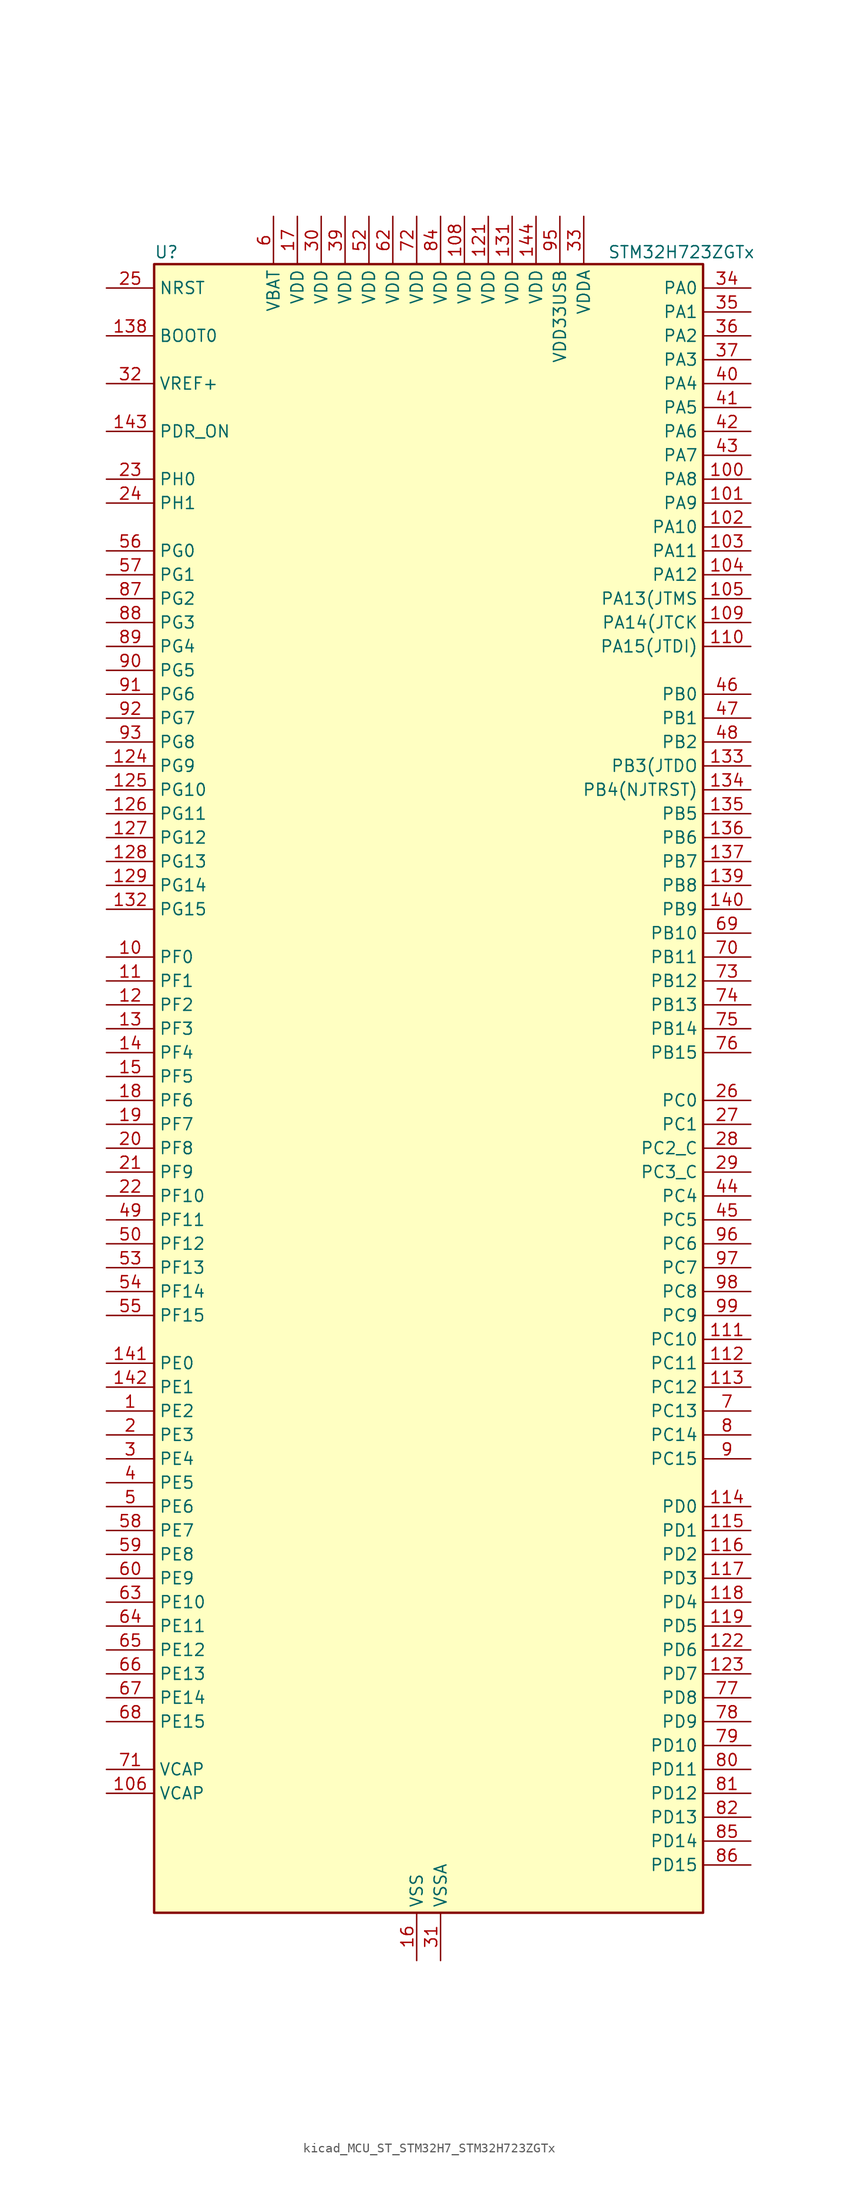
<source format=kicad_sym>
(kicad_symbol_lib
  (version 20220914)
  (generator kicad_symbol_editor)
  (symbol "kicad_MCU_ST_STM32H7_STM32H723ZGTx"
    (property "Reference" "U"
      (at -27.94 90.17 0)
      (effects (font (size 1.27 1.27)) (justify left)))
    (property "Value" "STM32H723ZGTx"
      (at 20.32 90.17 0)
      (effects (font (size 1.27 1.27)) (justify left)))
    (property "ki_locked" ""
      (at 0 0 0)
      (effects (font (size 1.27 1.27))))
    (symbol "kicad_MCU_ST_STM32H7_STM32H723ZGTx_0_1"
      (rectangle (start -27.94 -86.36) (end 30.48 88.9) (stroke (width 0.254) (type default)) (fill (type background))))
    (symbol "kicad_MCU_ST_STM32H7_STM32H723ZGTx_1_1"
      (pin bidirectional line (at -33.02 -33.02 0) (length 5.08) (name "PE2" (effects (font (size 1.27 1.27)))) (number "1" (effects (font (size 1.27 1.27)))) (alternate "DEBUG_TRACECLK" bidirectional line) (alternate "ETH_TXD3" bidirectional line) (alternate "FMC_A23" bidirectional line) (alternate "OCTOSPIM_P1_IO2" bidirectional line) (alternate "SAI1_CK1" bidirectional line) (alternate "SAI1_MCLK_A" bidirectional line) (alternate "SAI4_CK1" bidirectional line) (alternate "SAI4_MCLK_A" bidirectional line) (alternate "SPI4_SCK" bidirectional line) (alternate "USART10_RX" bidirectional line))
      (pin bidirectional line (at -33.02 15.24 0) (length 5.08) (name "PF0" (effects (font (size 1.27 1.27)))) (number "10" (effects (font (size 1.27 1.27)))) (alternate "FMC_A0" bidirectional line) (alternate "I2C2_SDA" bidirectional line) (alternate "I2C5_SDA" bidirectional line) (alternate "OCTOSPIM_P2_IO0" bidirectional line) (alternate "TIM23_CH1" bidirectional line))
      (pin bidirectional line (at 35.56 66.04 180) (length 5.08) (name "PA8" (effects (font (size 1.27 1.27)))) (number "100" (effects (font (size 1.27 1.27)))) (alternate "I2C3_SCL" bidirectional line) (alternate "I2C5_SCL" bidirectional line) (alternate "LTDC_B3" bidirectional line) (alternate "LTDC_R6" bidirectional line) (alternate "RCC_MCO_1" bidirectional line) (alternate "TIM1_CH1" bidirectional line) (alternate "TIM8_BKIN2" bidirectional line) (alternate "TIM8_BKIN2_COMP1" bidirectional line) (alternate "TIM8_BKIN2_COMP2" bidirectional line) (alternate "UART7_RX" bidirectional line) (alternate "USART1_CK" bidirectional line) (alternate "USB_OTG_HS_SOF" bidirectional line))
      (pin bidirectional line (at 35.56 63.5 180) (length 5.08) (name "PA9" (effects (font (size 1.27 1.27)))) (number "101" (effects (font (size 1.27 1.27)))) (alternate "DAC1_EXTI9" bidirectional line) (alternate "DCMI_D0" bidirectional line) (alternate "ETH_TX_ER" bidirectional line) (alternate "I2C3_SMBA" bidirectional line) (alternate "I2C5_SMBA" bidirectional line) (alternate "I2S2_CK" bidirectional line) (alternate "LPUART1_TX" bidirectional line) (alternate "LTDC_R5" bidirectional line) (alternate "PSSI_D0" bidirectional line) (alternate "SPI2_SCK" bidirectional line) (alternate "TIM1_CH2" bidirectional line) (alternate "USART1_TX" bidirectional line) (alternate "USB_OTG_HS_VBUS" bidirectional line))
      (pin bidirectional line (at 35.56 60.96 180) (length 5.08) (name "PA10" (effects (font (size 1.27 1.27)))) (number "102" (effects (font (size 1.27 1.27)))) (alternate "DCMI_D1" bidirectional line) (alternate "LPUART1_RX" bidirectional line) (alternate "LTDC_B1" bidirectional line) (alternate "LTDC_B4" bidirectional line) (alternate "MDIOS_MDIO" bidirectional line) (alternate "PSSI_D1" bidirectional line) (alternate "TIM1_CH3" bidirectional line) (alternate "USART1_RX" bidirectional line) (alternate "USB_OTG_HS_ID" bidirectional line))
      (pin bidirectional line (at 35.56 58.42 180) (length 5.08) (name "PA11" (effects (font (size 1.27 1.27)))) (number "103" (effects (font (size 1.27 1.27)))) (alternate "ADC1_EXTI11" bidirectional line) (alternate "ADC2_EXTI11" bidirectional line) (alternate "ADC3_EXTI11" bidirectional line) (alternate "FDCAN1_RX" bidirectional line) (alternate "I2S2_WS" bidirectional line) (alternate "LPUART1_CTS" bidirectional line) (alternate "LTDC_R4" bidirectional line) (alternate "SPI2_NSS" bidirectional line) (alternate "TIM1_CH4" bidirectional line) (alternate "UART4_RX" bidirectional line) (alternate "USART1_CTS" bidirectional line) (alternate "USART1_NSS" bidirectional line) (alternate "USB_OTG_HS_DM" bidirectional line))
      (pin bidirectional line (at 35.56 55.88 180) (length 5.08) (name "PA12" (effects (font (size 1.27 1.27)))) (number "104" (effects (font (size 1.27 1.27)))) (alternate "FDCAN1_TX" bidirectional line) (alternate "I2S2_CK" bidirectional line) (alternate "LPUART1_DE" bidirectional line) (alternate "LPUART1_RTS" bidirectional line) (alternate "LTDC_R5" bidirectional line) (alternate "SAI4_FS_B" bidirectional line) (alternate "SPI2_SCK" bidirectional line) (alternate "TIM1_BKIN2" bidirectional line) (alternate "TIM1_ETR" bidirectional line) (alternate "UART4_TX" bidirectional line) (alternate "USART1_DE" bidirectional line) (alternate "USART1_RTS" bidirectional line) (alternate "USB_OTG_HS_DP" bidirectional line))
      (pin bidirectional line (at 35.56 53.34 180) (length 5.08) (name "PA13(JTMS" (effects (font (size 1.27 1.27)))) (number "105" (effects (font (size 1.27 1.27)))) (alternate "DEBUG_JTMS-SWDIO" bidirectional line))
      (pin power_out line (at -33.02 -73.66 0) (length 5.08) (name "VCAP" (effects (font (size 1.27 1.27)))) (number "106" (effects (font (size 1.27 1.27)))))
      (pin passive line (at 0 -91.44 90) (length 5.08) hide (name "VSS" (effects (font (size 1.27 1.27)))) (number "107" (effects (font (size 1.27 1.27)))))
      (pin power_in line (at 5.08 93.98 270) (length 5.08) (name "VDD" (effects (font (size 1.27 1.27)))) (number "108" (effects (font (size 1.27 1.27)))))
      (pin bidirectional line (at 35.56 50.8 180) (length 5.08) (name "PA14(JTCK" (effects (font (size 1.27 1.27)))) (number "109" (effects (font (size 1.27 1.27)))) (alternate "DEBUG_JTCK-SWCLK" bidirectional line))
      (pin bidirectional line (at -33.02 12.7 0) (length 5.08) (name "PF1" (effects (font (size 1.27 1.27)))) (number "11" (effects (font (size 1.27 1.27)))) (alternate "FMC_A1" bidirectional line) (alternate "I2C2_SCL" bidirectional line) (alternate "I2C5_SCL" bidirectional line) (alternate "OCTOSPIM_P2_IO1" bidirectional line) (alternate "TIM23_CH2" bidirectional line))
      (pin bidirectional line (at 35.56 48.26 180) (length 5.08) (name "PA15(JTDI)" (effects (font (size 1.27 1.27)))) (number "110" (effects (font (size 1.27 1.27)))) (alternate "ADC1_EXTI15" bidirectional line) (alternate "ADC2_EXTI15" bidirectional line) (alternate "ADC3_EXTI15" bidirectional line) (alternate "CEC" bidirectional line) (alternate "DEBUG_JTDI" bidirectional line) (alternate "I2S1_WS" bidirectional line) (alternate "I2S3_WS" bidirectional line) (alternate "I2S6_WS" bidirectional line) (alternate "LTDC_B6" bidirectional line) (alternate "LTDC_R3" bidirectional line) (alternate "SPI1_NSS" bidirectional line) (alternate "SPI3_NSS" bidirectional line) (alternate "SPI6_NSS" bidirectional line) (alternate "TIM2_CH1" bidirectional line) (alternate "TIM2_ETR" bidirectional line) (alternate "UART4_DE" bidirectional line) (alternate "UART4_RTS" bidirectional line) (alternate "UART7_TX" bidirectional line))
      (pin bidirectional line (at 35.56 -25.4 180) (length 5.08) (name "PC10" (effects (font (size 1.27 1.27)))) (number "111" (effects (font (size 1.27 1.27)))) (alternate "DCMI_D8" bidirectional line) (alternate "DFSDM1_CKIN5" bidirectional line) (alternate "I2C5_SDA" bidirectional line) (alternate "I2S3_CK" bidirectional line) (alternate "LTDC_B1" bidirectional line) (alternate "LTDC_R2" bidirectional line) (alternate "OCTOSPIM_P1_IO1" bidirectional line) (alternate "PSSI_D8" bidirectional line) (alternate "SDMMC1_D2" bidirectional line) (alternate "SPI3_SCK" bidirectional line) (alternate "SWPMI1_RX" bidirectional line) (alternate "UART4_TX" bidirectional line) (alternate "USART3_TX" bidirectional line))
      (pin bidirectional line (at 35.56 -27.94 180) (length 5.08) (name "PC11" (effects (font (size 1.27 1.27)))) (number "112" (effects (font (size 1.27 1.27)))) (alternate "ADC1_EXTI11" bidirectional line) (alternate "ADC2_EXTI11" bidirectional line) (alternate "ADC3_EXTI11" bidirectional line) (alternate "DCMI_D4" bidirectional line) (alternate "DFSDM1_DATIN5" bidirectional line) (alternate "I2C5_SCL" bidirectional line) (alternate "I2S3_SDI" bidirectional line) (alternate "LTDC_B4" bidirectional line) (alternate "OCTOSPIM_P1_NCS" bidirectional line) (alternate "PSSI_D4" bidirectional line) (alternate "SDMMC1_D3" bidirectional line) (alternate "SPI3_MISO" bidirectional line) (alternate "UART4_RX" bidirectional line) (alternate "USART3_RX" bidirectional line))
      (pin bidirectional line (at 35.56 -30.48 180) (length 5.08) (name "PC12" (effects (font (size 1.27 1.27)))) (number "113" (effects (font (size 1.27 1.27)))) (alternate "DCMI_D9" bidirectional line) (alternate "DEBUG_TRACED3" bidirectional line) (alternate "FMC_D6" bidirectional line) (alternate "FMC_DA6" bidirectional line) (alternate "I2C5_SMBA" bidirectional line) (alternate "I2S3_SDO" bidirectional line) (alternate "I2S6_CK" bidirectional line) (alternate "LTDC_R6" bidirectional line) (alternate "PSSI_D9" bidirectional line) (alternate "SDMMC1_CK" bidirectional line) (alternate "SPI3_MOSI" bidirectional line) (alternate "SPI6_SCK" bidirectional line) (alternate "TIM15_CH1" bidirectional line) (alternate "UART5_TX" bidirectional line) (alternate "USART3_CK" bidirectional line))
      (pin bidirectional line (at 35.56 -43.18 180) (length 5.08) (name "PD0" (effects (font (size 1.27 1.27)))) (number "114" (effects (font (size 1.27 1.27)))) (alternate "DFSDM1_CKIN6" bidirectional line) (alternate "FDCAN1_RX" bidirectional line) (alternate "FMC_D2" bidirectional line) (alternate "FMC_DA2" bidirectional line) (alternate "LTDC_B1" bidirectional line) (alternate "UART4_RX" bidirectional line) (alternate "UART9_CTS" bidirectional line))
      (pin bidirectional line (at 35.56 -45.72 180) (length 5.08) (name "PD1" (effects (font (size 1.27 1.27)))) (number "115" (effects (font (size 1.27 1.27)))) (alternate "DFSDM1_DATIN6" bidirectional line) (alternate "FDCAN1_TX" bidirectional line) (alternate "FMC_D3" bidirectional line) (alternate "FMC_DA3" bidirectional line) (alternate "UART4_TX" bidirectional line))
      (pin bidirectional line (at 35.56 -48.26 180) (length 5.08) (name "PD2" (effects (font (size 1.27 1.27)))) (number "116" (effects (font (size 1.27 1.27)))) (alternate "DCMI_D11" bidirectional line) (alternate "DEBUG_TRACED2" bidirectional line) (alternate "FMC_D7" bidirectional line) (alternate "FMC_DA7" bidirectional line) (alternate "LTDC_B2" bidirectional line) (alternate "LTDC_B7" bidirectional line) (alternate "PSSI_D11" bidirectional line) (alternate "SDMMC1_CMD" bidirectional line) (alternate "TIM15_BKIN" bidirectional line) (alternate "TIM3_ETR" bidirectional line) (alternate "UART5_RX" bidirectional line))
      (pin bidirectional line (at 35.56 -50.8 180) (length 5.08) (name "PD3" (effects (font (size 1.27 1.27)))) (number "117" (effects (font (size 1.27 1.27)))) (alternate "DCMI_D5" bidirectional line) (alternate "DFSDM1_CKOUT" bidirectional line) (alternate "FMC_CLK" bidirectional line) (alternate "I2S2_CK" bidirectional line) (alternate "LTDC_G7" bidirectional line) (alternate "PSSI_D5" bidirectional line) (alternate "SPI2_SCK" bidirectional line) (alternate "USART2_CTS" bidirectional line) (alternate "USART2_NSS" bidirectional line))
      (pin bidirectional line (at 35.56 -53.34 180) (length 5.08) (name "PD4" (effects (font (size 1.27 1.27)))) (number "118" (effects (font (size 1.27 1.27)))) (alternate "FMC_NOE" bidirectional line) (alternate "OCTOSPIM_P1_IO4" bidirectional line) (alternate "USART2_DE" bidirectional line) (alternate "USART2_RTS" bidirectional line))
      (pin bidirectional line (at 35.56 -55.88 180) (length 5.08) (name "PD5" (effects (font (size 1.27 1.27)))) (number "119" (effects (font (size 1.27 1.27)))) (alternate "FMC_NWE" bidirectional line) (alternate "OCTOSPIM_P1_IO5" bidirectional line) (alternate "USART2_TX" bidirectional line))
      (pin bidirectional line (at -33.02 10.16 0) (length 5.08) (name "PF2" (effects (font (size 1.27 1.27)))) (number "12" (effects (font (size 1.27 1.27)))) (alternate "FMC_A2" bidirectional line) (alternate "I2C2_SMBA" bidirectional line) (alternate "I2C5_SMBA" bidirectional line) (alternate "OCTOSPIM_P2_IO2" bidirectional line) (alternate "TIM23_CH3" bidirectional line))
      (pin passive line (at 0 -91.44 90) (length 5.08) hide (name "VSS" (effects (font (size 1.27 1.27)))) (number "120" (effects (font (size 1.27 1.27)))))
      (pin power_in line (at 7.62 93.98 270) (length 5.08) (name "VDD" (effects (font (size 1.27 1.27)))) (number "121" (effects (font (size 1.27 1.27)))))
      (pin bidirectional line (at 35.56 -58.42 180) (length 5.08) (name "PD6" (effects (font (size 1.27 1.27)))) (number "122" (effects (font (size 1.27 1.27)))) (alternate "DCMI_D10" bidirectional line) (alternate "DFSDM1_CKIN4" bidirectional line) (alternate "DFSDM1_DATIN1" bidirectional line) (alternate "FMC_NWAIT" bidirectional line) (alternate "I2S3_SDO" bidirectional line) (alternate "LTDC_B2" bidirectional line) (alternate "OCTOSPIM_P1_IO6" bidirectional line) (alternate "PSSI_D10" bidirectional line) (alternate "SAI1_D1" bidirectional line) (alternate "SAI1_SD_A" bidirectional line) (alternate "SAI4_D1" bidirectional line) (alternate "SAI4_SD_A" bidirectional line) (alternate "SDMMC2_CK" bidirectional line) (alternate "SPI3_MOSI" bidirectional line) (alternate "USART2_RX" bidirectional line))
      (pin bidirectional line (at 35.56 -60.96 180) (length 5.08) (name "PD7" (effects (font (size 1.27 1.27)))) (number "123" (effects (font (size 1.27 1.27)))) (alternate "DFSDM1_CKIN1" bidirectional line) (alternate "DFSDM1_DATIN4" bidirectional line) (alternate "FMC_NE1" bidirectional line) (alternate "I2S1_SDO" bidirectional line) (alternate "OCTOSPIM_P1_IO7" bidirectional line) (alternate "SDMMC2_CMD" bidirectional line) (alternate "SPDIFRX1_IN0" bidirectional line) (alternate "SPI1_MOSI" bidirectional line) (alternate "USART2_CK" bidirectional line))
      (pin bidirectional line (at -33.02 35.56 0) (length 5.08) (name "PG9" (effects (font (size 1.27 1.27)))) (number "124" (effects (font (size 1.27 1.27)))) (alternate "DAC1_EXTI9" bidirectional line) (alternate "DCMI_VSYNC" bidirectional line) (alternate "FDCAN3_TX" bidirectional line) (alternate "FMC_NCE" bidirectional line) (alternate "FMC_NE2" bidirectional line) (alternate "I2S1_SDI" bidirectional line) (alternate "OCTOSPIM_P1_IO6" bidirectional line) (alternate "PSSI_RDY" bidirectional line) (alternate "SAI4_FS_B" bidirectional line) (alternate "SDMMC2_D0" bidirectional line) (alternate "SPDIFRX1_IN3" bidirectional line) (alternate "SPI1_MISO" bidirectional line) (alternate "USART6_RX" bidirectional line))
      (pin bidirectional line (at -33.02 33.02 0) (length 5.08) (name "PG10" (effects (font (size 1.27 1.27)))) (number "125" (effects (font (size 1.27 1.27)))) (alternate "DCMI_D2" bidirectional line) (alternate "FDCAN3_RX" bidirectional line) (alternate "FMC_NE3" bidirectional line) (alternate "I2S1_WS" bidirectional line) (alternate "LTDC_B2" bidirectional line) (alternate "LTDC_G3" bidirectional line) (alternate "OCTOSPIM_P2_IO6" bidirectional line) (alternate "PSSI_D2" bidirectional line) (alternate "SAI4_SD_B" bidirectional line) (alternate "SDMMC2_D1" bidirectional line) (alternate "SPI1_NSS" bidirectional line))
      (pin bidirectional line (at -33.02 30.48 0) (length 5.08) (name "PG11" (effects (font (size 1.27 1.27)))) (number "126" (effects (font (size 1.27 1.27)))) (alternate "ADC1_EXTI11" bidirectional line) (alternate "ADC2_EXTI11" bidirectional line) (alternate "ADC3_EXTI11" bidirectional line) (alternate "DCMI_D3" bidirectional line) (alternate "ETH_TX_EN" bidirectional line) (alternate "I2S1_CK" bidirectional line) (alternate "LPTIM1_IN2" bidirectional line) (alternate "LTDC_B3" bidirectional line) (alternate "OCTOSPIM_P2_IO7" bidirectional line) (alternate "PSSI_D3" bidirectional line) (alternate "SDMMC2_D2" bidirectional line) (alternate "SPDIFRX1_IN0" bidirectional line) (alternate "SPI1_SCK" bidirectional line) (alternate "USART10_RX" bidirectional line))
      (pin bidirectional line (at -33.02 27.94 0) (length 5.08) (name "PG12" (effects (font (size 1.27 1.27)))) (number "127" (effects (font (size 1.27 1.27)))) (alternate "ETH_TXD1" bidirectional line) (alternate "FMC_NE4" bidirectional line) (alternate "I2S6_SDI" bidirectional line) (alternate "LPTIM1_IN1" bidirectional line) (alternate "LTDC_B1" bidirectional line) (alternate "LTDC_B4" bidirectional line) (alternate "OCTOSPIM_P2_NCS" bidirectional line) (alternate "SDMMC2_D3" bidirectional line) (alternate "SPDIFRX1_IN1" bidirectional line) (alternate "SPI6_MISO" bidirectional line) (alternate "TIM23_CH1" bidirectional line) (alternate "USART10_TX" bidirectional line) (alternate "USART6_DE" bidirectional line) (alternate "USART6_RTS" bidirectional line))
      (pin bidirectional line (at -33.02 25.4 0) (length 5.08) (name "PG13" (effects (font (size 1.27 1.27)))) (number "128" (effects (font (size 1.27 1.27)))) (alternate "DEBUG_TRACED0" bidirectional line) (alternate "ETH_TXD0" bidirectional line) (alternate "FMC_A24" bidirectional line) (alternate "I2S6_CK" bidirectional line) (alternate "LPTIM1_OUT" bidirectional line) (alternate "LTDC_R0" bidirectional line) (alternate "SDMMC2_D6" bidirectional line) (alternate "SPI6_SCK" bidirectional line) (alternate "TIM23_CH2" bidirectional line) (alternate "USART10_CTS" bidirectional line) (alternate "USART10_NSS" bidirectional line) (alternate "USART6_CTS" bidirectional line) (alternate "USART6_NSS" bidirectional line))
      (pin bidirectional line (at -33.02 22.86 0) (length 5.08) (name "PG14" (effects (font (size 1.27 1.27)))) (number "129" (effects (font (size 1.27 1.27)))) (alternate "DEBUG_TRACED1" bidirectional line) (alternate "ETH_TXD1" bidirectional line) (alternate "FMC_A25" bidirectional line) (alternate "I2S6_SDO" bidirectional line) (alternate "LPTIM1_ETR" bidirectional line) (alternate "LTDC_B0" bidirectional line) (alternate "OCTOSPIM_P1_IO7" bidirectional line) (alternate "SDMMC2_D7" bidirectional line) (alternate "SPI6_MOSI" bidirectional line) (alternate "TIM23_CH3" bidirectional line) (alternate "USART10_DE" bidirectional line) (alternate "USART10_RTS" bidirectional line) (alternate "USART6_TX" bidirectional line))
      (pin bidirectional line (at -33.02 7.62 0) (length 5.08) (name "PF3" (effects (font (size 1.27 1.27)))) (number "13" (effects (font (size 1.27 1.27)))) (alternate "ADC3_INP5" bidirectional line) (alternate "FMC_A3" bidirectional line) (alternate "OCTOSPIM_P2_IO3" bidirectional line) (alternate "TIM23_CH4" bidirectional line))
      (pin passive line (at 0 -91.44 90) (length 5.08) hide (name "VSS" (effects (font (size 1.27 1.27)))) (number "130" (effects (font (size 1.27 1.27)))))
      (pin power_in line (at 10.16 93.98 270) (length 5.08) (name "VDD" (effects (font (size 1.27 1.27)))) (number "131" (effects (font (size 1.27 1.27)))))
      (pin bidirectional line (at -33.02 20.32 0) (length 5.08) (name "PG15" (effects (font (size 1.27 1.27)))) (number "132" (effects (font (size 1.27 1.27)))) (alternate "ADC1_EXTI15" bidirectional line) (alternate "ADC2_EXTI15" bidirectional line) (alternate "ADC3_EXTI15" bidirectional line) (alternate "DCMI_D13" bidirectional line) (alternate "FMC_SDNCAS" bidirectional line) (alternate "OCTOSPIM_P2_DQS" bidirectional line) (alternate "PSSI_D13" bidirectional line) (alternate "USART10_CK" bidirectional line) (alternate "USART6_CTS" bidirectional line) (alternate "USART6_NSS" bidirectional line))
      (pin bidirectional line (at 35.56 35.56 180) (length 5.08) (name "PB3(JTDO" (effects (font (size 1.27 1.27)))) (number "133" (effects (font (size 1.27 1.27)))) (alternate "CRS_SYNC" bidirectional line) (alternate "DEBUG_JTDO-SWO" bidirectional line) (alternate "I2S1_CK" bidirectional line) (alternate "I2S3_CK" bidirectional line) (alternate "I2S6_CK" bidirectional line) (alternate "SDMMC2_D2" bidirectional line) (alternate "SPI1_SCK" bidirectional line) (alternate "SPI3_SCK" bidirectional line) (alternate "SPI6_SCK" bidirectional line) (alternate "TIM24_ETR" bidirectional line) (alternate "TIM2_CH2" bidirectional line) (alternate "UART7_RX" bidirectional line))
      (pin bidirectional line (at 35.56 33.02 180) (length 5.08) (name "PB4(NJTRST)" (effects (font (size 1.27 1.27)))) (number "134" (effects (font (size 1.27 1.27)))) (alternate "DEBUG_JTRST" bidirectional line) (alternate "I2S1_SDI" bidirectional line) (alternate "I2S2_WS" bidirectional line) (alternate "I2S3_SDI" bidirectional line) (alternate "I2S6_SDI" bidirectional line) (alternate "SDMMC2_D3" bidirectional line) (alternate "SPI1_MISO" bidirectional line) (alternate "SPI2_NSS" bidirectional line) (alternate "SPI3_MISO" bidirectional line) (alternate "SPI6_MISO" bidirectional line) (alternate "TIM16_BKIN" bidirectional line) (alternate "TIM3_CH1" bidirectional line) (alternate "UART7_TX" bidirectional line))
      (pin bidirectional line (at 35.56 30.48 180) (length 5.08) (name "PB5" (effects (font (size 1.27 1.27)))) (number "135" (effects (font (size 1.27 1.27)))) (alternate "DCMI_D10" bidirectional line) (alternate "ETH_PPS_OUT" bidirectional line) (alternate "FDCAN2_RX" bidirectional line) (alternate "FMC_SDCKE1" bidirectional line) (alternate "I2C1_SMBA" bidirectional line) (alternate "I2C4_SMBA" bidirectional line) (alternate "I2S1_SDO" bidirectional line) (alternate "I2S3_SDO" bidirectional line) (alternate "I2S6_SDO" bidirectional line) (alternate "LTDC_B5" bidirectional line) (alternate "PSSI_D10" bidirectional line) (alternate "SPI1_MOSI" bidirectional line) (alternate "SPI3_MOSI" bidirectional line) (alternate "SPI6_MOSI" bidirectional line) (alternate "TIM17_BKIN" bidirectional line) (alternate "TIM3_CH2" bidirectional line) (alternate "UART5_RX" bidirectional line) (alternate "USB_OTG_HS_ULPI_D7" bidirectional line))
      (pin bidirectional line (at 35.56 27.94 180) (length 5.08) (name "PB6" (effects (font (size 1.27 1.27)))) (number "136" (effects (font (size 1.27 1.27)))) (alternate "CEC" bidirectional line) (alternate "DCMI_D5" bidirectional line) (alternate "DFSDM1_DATIN5" bidirectional line) (alternate "FDCAN2_TX" bidirectional line) (alternate "FMC_SDNE1" bidirectional line) (alternate "I2C1_SCL" bidirectional line) (alternate "I2C4_SCL" bidirectional line) (alternate "LPUART1_TX" bidirectional line) (alternate "OCTOSPIM_P1_NCS" bidirectional line) (alternate "PSSI_D5" bidirectional line) (alternate "TIM16_CH1N" bidirectional line) (alternate "TIM4_CH1" bidirectional line) (alternate "UART5_TX" bidirectional line) (alternate "USART1_TX" bidirectional line))
      (pin bidirectional line (at 35.56 25.4 180) (length 5.08) (name "PB7" (effects (font (size 1.27 1.27)))) (number "137" (effects (font (size 1.27 1.27)))) (alternate "DCMI_VSYNC" bidirectional line) (alternate "DFSDM1_CKIN5" bidirectional line) (alternate "FMC_NL" bidirectional line) (alternate "I2C1_SDA" bidirectional line) (alternate "I2C4_SDA" bidirectional line) (alternate "LPUART1_RX" bidirectional line) (alternate "PSSI_RDY" bidirectional line) (alternate "PWR_PVD_IN" bidirectional line) (alternate "TIM17_CH1N" bidirectional line) (alternate "TIM4_CH2" bidirectional line) (alternate "USART1_RX" bidirectional line))
      (pin input line (at -33.02 81.28 0) (length 5.08) (name "BOOT0" (effects (font (size 1.27 1.27)))) (number "138" (effects (font (size 1.27 1.27)))))
      (pin bidirectional line (at 35.56 22.86 180) (length 5.08) (name "PB8" (effects (font (size 1.27 1.27)))) (number "139" (effects (font (size 1.27 1.27)))) (alternate "DCMI_D6" bidirectional line) (alternate "DFSDM1_CKIN7" bidirectional line) (alternate "ETH_TXD3" bidirectional line) (alternate "FDCAN1_RX" bidirectional line) (alternate "I2C1_SCL" bidirectional line) (alternate "I2C4_SCL" bidirectional line) (alternate "LTDC_B6" bidirectional line) (alternate "PSSI_D6" bidirectional line) (alternate "SDMMC1_CKIN" bidirectional line) (alternate "SDMMC1_D4" bidirectional line) (alternate "SDMMC2_D4" bidirectional line) (alternate "TIM16_CH1" bidirectional line) (alternate "TIM4_CH3" bidirectional line) (alternate "UART4_RX" bidirectional line))
      (pin bidirectional line (at -33.02 5.08 0) (length 5.08) (name "PF4" (effects (font (size 1.27 1.27)))) (number "14" (effects (font (size 1.27 1.27)))) (alternate "ADC3_INN5" bidirectional line) (alternate "ADC3_INP9" bidirectional line) (alternate "FMC_A4" bidirectional line) (alternate "OCTOSPIM_P2_CLK" bidirectional line))
      (pin bidirectional line (at 35.56 20.32 180) (length 5.08) (name "PB9" (effects (font (size 1.27 1.27)))) (number "140" (effects (font (size 1.27 1.27)))) (alternate "DAC1_EXTI9" bidirectional line) (alternate "DCMI_D7" bidirectional line) (alternate "DFSDM1_DATIN7" bidirectional line) (alternate "FDCAN1_TX" bidirectional line) (alternate "I2C1_SDA" bidirectional line) (alternate "I2C4_SDA" bidirectional line) (alternate "I2C4_SMBA" bidirectional line) (alternate "I2S2_WS" bidirectional line) (alternate "LTDC_B7" bidirectional line) (alternate "PSSI_D7" bidirectional line) (alternate "SDMMC1_CDIR" bidirectional line) (alternate "SDMMC1_D5" bidirectional line) (alternate "SDMMC2_D5" bidirectional line) (alternate "SPI2_NSS" bidirectional line) (alternate "TIM17_CH1" bidirectional line) (alternate "TIM4_CH4" bidirectional line) (alternate "UART4_TX" bidirectional line))
      (pin bidirectional line (at -33.02 -27.94 0) (length 5.08) (name "PE0" (effects (font (size 1.27 1.27)))) (number "141" (effects (font (size 1.27 1.27)))) (alternate "DCMI_D2" bidirectional line) (alternate "FMC_NBL0" bidirectional line) (alternate "LPTIM1_ETR" bidirectional line) (alternate "LPTIM2_ETR" bidirectional line) (alternate "LTDC_R0" bidirectional line) (alternate "PSSI_D2" bidirectional line) (alternate "SAI4_MCLK_A" bidirectional line) (alternate "TIM4_ETR" bidirectional line) (alternate "UART8_RX" bidirectional line))
      (pin bidirectional line (at -33.02 -30.48 0) (length 5.08) (name "PE1" (effects (font (size 1.27 1.27)))) (number "142" (effects (font (size 1.27 1.27)))) (alternate "DCMI_D3" bidirectional line) (alternate "FMC_NBL1" bidirectional line) (alternate "LPTIM1_IN2" bidirectional line) (alternate "LTDC_R6" bidirectional line) (alternate "PSSI_D3" bidirectional line) (alternate "UART8_TX" bidirectional line))
      (pin input line (at -33.02 71.12 0) (length 5.08) (name "PDR_ON" (effects (font (size 1.27 1.27)))) (number "143" (effects (font (size 1.27 1.27)))))
      (pin power_in line (at 12.7 93.98 270) (length 5.08) (name "VDD" (effects (font (size 1.27 1.27)))) (number "144" (effects (font (size 1.27 1.27)))))
      (pin bidirectional line (at -33.02 2.54 0) (length 5.08) (name "PF5" (effects (font (size 1.27 1.27)))) (number "15" (effects (font (size 1.27 1.27)))) (alternate "ADC3_INP4" bidirectional line) (alternate "FMC_A5" bidirectional line) (alternate "OCTOSPIM_P2_NCLK" bidirectional line))
      (pin power_in line (at 0 -91.44 90) (length 5.08) (name "VSS" (effects (font (size 1.27 1.27)))) (number "16" (effects (font (size 1.27 1.27)))))
      (pin power_in line (at -12.7 93.98 270) (length 5.08) (name "VDD" (effects (font (size 1.27 1.27)))) (number "17" (effects (font (size 1.27 1.27)))))
      (pin bidirectional line (at -33.02 0 0) (length 5.08) (name "PF6" (effects (font (size 1.27 1.27)))) (number "18" (effects (font (size 1.27 1.27)))) (alternate "ADC3_INN4" bidirectional line) (alternate "ADC3_INP8" bidirectional line) (alternate "FDCAN3_RX" bidirectional line) (alternate "OCTOSPIM_P1_IO3" bidirectional line) (alternate "SAI1_SD_B" bidirectional line) (alternate "SAI4_SD_B" bidirectional line) (alternate "SPI5_NSS" bidirectional line) (alternate "TIM16_CH1" bidirectional line) (alternate "TIM23_CH1" bidirectional line) (alternate "UART7_RX" bidirectional line))
      (pin bidirectional line (at -33.02 -2.54 0) (length 5.08) (name "PF7" (effects (font (size 1.27 1.27)))) (number "19" (effects (font (size 1.27 1.27)))) (alternate "ADC3_INP3" bidirectional line) (alternate "FDCAN3_TX" bidirectional line) (alternate "OCTOSPIM_P1_IO2" bidirectional line) (alternate "SAI1_MCLK_B" bidirectional line) (alternate "SAI4_MCLK_B" bidirectional line) (alternate "SPI5_SCK" bidirectional line) (alternate "TIM17_CH1" bidirectional line) (alternate "TIM23_CH2" bidirectional line) (alternate "UART7_TX" bidirectional line))
      (pin bidirectional line (at -33.02 -35.56 0) (length 5.08) (name "PE3" (effects (font (size 1.27 1.27)))) (number "2" (effects (font (size 1.27 1.27)))) (alternate "DEBUG_TRACED0" bidirectional line) (alternate "FMC_A19" bidirectional line) (alternate "SAI1_SD_B" bidirectional line) (alternate "SAI4_SD_B" bidirectional line) (alternate "TIM15_BKIN" bidirectional line) (alternate "USART10_TX" bidirectional line))
      (pin bidirectional line (at -33.02 -5.08 0) (length 5.08) (name "PF8" (effects (font (size 1.27 1.27)))) (number "20" (effects (font (size 1.27 1.27)))) (alternate "ADC3_INN3" bidirectional line) (alternate "ADC3_INP7" bidirectional line) (alternate "OCTOSPIM_P1_IO0" bidirectional line) (alternate "SAI1_SCK_B" bidirectional line) (alternate "SAI4_SCK_B" bidirectional line) (alternate "SPI5_MISO" bidirectional line) (alternate "TIM13_CH1" bidirectional line) (alternate "TIM16_CH1N" bidirectional line) (alternate "TIM23_CH3" bidirectional line) (alternate "UART7_DE" bidirectional line) (alternate "UART7_RTS" bidirectional line))
      (pin bidirectional line (at -33.02 -7.62 0) (length 5.08) (name "PF9" (effects (font (size 1.27 1.27)))) (number "21" (effects (font (size 1.27 1.27)))) (alternate "ADC3_INP2" bidirectional line) (alternate "DAC1_EXTI9" bidirectional line) (alternate "OCTOSPIM_P1_IO1" bidirectional line) (alternate "SAI1_FS_B" bidirectional line) (alternate "SAI4_FS_B" bidirectional line) (alternate "SPI5_MOSI" bidirectional line) (alternate "TIM14_CH1" bidirectional line) (alternate "TIM17_CH1N" bidirectional line) (alternate "TIM23_CH4" bidirectional line) (alternate "UART7_CTS" bidirectional line))
      (pin bidirectional line (at -33.02 -10.16 0) (length 5.08) (name "PF10" (effects (font (size 1.27 1.27)))) (number "22" (effects (font (size 1.27 1.27)))) (alternate "ADC3_INN2" bidirectional line) (alternate "ADC3_INP6" bidirectional line) (alternate "DCMI_D11" bidirectional line) (alternate "LTDC_DE" bidirectional line) (alternate "OCTOSPIM_P1_CLK" bidirectional line) (alternate "PSSI_D11" bidirectional line) (alternate "PSSI_D15" bidirectional line) (alternate "SAI1_D3" bidirectional line) (alternate "SAI4_D3" bidirectional line) (alternate "TIM16_BKIN" bidirectional line))
      (pin bidirectional line (at -33.02 66.04 0) (length 5.08) (name "PH0" (effects (font (size 1.27 1.27)))) (number "23" (effects (font (size 1.27 1.27)))) (alternate "RCC_OSC_IN" bidirectional line))
      (pin bidirectional line (at -33.02 63.5 0) (length 5.08) (name "PH1" (effects (font (size 1.27 1.27)))) (number "24" (effects (font (size 1.27 1.27)))) (alternate "RCC_OSC_OUT" bidirectional line))
      (pin input line (at -33.02 86.36 0) (length 5.08) (name "NRST" (effects (font (size 1.27 1.27)))) (number "25" (effects (font (size 1.27 1.27)))))
      (pin bidirectional line (at 35.56 0 180) (length 5.08) (name "PC0" (effects (font (size 1.27 1.27)))) (number "26" (effects (font (size 1.27 1.27)))) (alternate "ADC1_INP10" bidirectional line) (alternate "ADC2_INP10" bidirectional line) (alternate "ADC3_INP10" bidirectional line) (alternate "DFSDM1_CKIN0" bidirectional line) (alternate "DFSDM1_DATIN4" bidirectional line) (alternate "FMC_A25" bidirectional line) (alternate "FMC_D12" bidirectional line) (alternate "FMC_DA12" bidirectional line) (alternate "FMC_SDNWE" bidirectional line) (alternate "LTDC_G2" bidirectional line) (alternate "LTDC_R5" bidirectional line) (alternate "SAI4_FS_B" bidirectional line) (alternate "USB_OTG_HS_ULPI_STP" bidirectional line))
      (pin bidirectional line (at 35.56 -2.54 180) (length 5.08) (name "PC1" (effects (font (size 1.27 1.27)))) (number "27" (effects (font (size 1.27 1.27)))) (alternate "ADC1_INN10" bidirectional line) (alternate "ADC1_INP11" bidirectional line) (alternate "ADC2_INN10" bidirectional line) (alternate "ADC2_INP11" bidirectional line) (alternate "ADC3_INN10" bidirectional line) (alternate "ADC3_INP11" bidirectional line) (alternate "DEBUG_TRACED0" bidirectional line) (alternate "DFSDM1_CKIN4" bidirectional line) (alternate "DFSDM1_DATIN0" bidirectional line) (alternate "ETH_MDC" bidirectional line) (alternate "I2S2_SDO" bidirectional line) (alternate "LTDC_G5" bidirectional line) (alternate "MDIOS_MDC" bidirectional line) (alternate "OCTOSPIM_P1_IO4" bidirectional line) (alternate "PWR_WKUP6" bidirectional line) (alternate "RTC_TAMP3" bidirectional line) (alternate "SAI1_D1" bidirectional line) (alternate "SAI1_SD_A" bidirectional line) (alternate "SAI4_D1" bidirectional line) (alternate "SAI4_SD_A" bidirectional line) (alternate "SDMMC2_CK" bidirectional line) (alternate "SPI2_MOSI" bidirectional line))
      (pin bidirectional line (at 35.56 -5.08 180) (length 5.08) (name "PC2_C" (effects (font (size 1.27 1.27)))) (number "28" (effects (font (size 1.27 1.27)))) (alternate "ADC3_INN1" bidirectional line) (alternate "ADC3_INP0" bidirectional line) (alternate "DFSDM1_CKIN1" bidirectional line) (alternate "DFSDM1_CKOUT" bidirectional line) (alternate "ETH_TXD2" bidirectional line) (alternate "FMC_SDNE0" bidirectional line) (alternate "I2S2_SDI" bidirectional line) (alternate "OCTOSPIM_P1_IO2" bidirectional line) (alternate "OCTOSPIM_P1_IO5" bidirectional line) (alternate "PWR_CSTOP" bidirectional line) (alternate "SPI2_MISO" bidirectional line) (alternate "USB_OTG_HS_ULPI_DIR" bidirectional line))
      (pin bidirectional line (at 35.56 -7.62 180) (length 5.08) (name "PC3_C" (effects (font (size 1.27 1.27)))) (number "29" (effects (font (size 1.27 1.27)))) (alternate "ADC3_INP1" bidirectional line) (alternate "DFSDM1_DATIN1" bidirectional line) (alternate "ETH_TX_CLK" bidirectional line) (alternate "FMC_SDCKE0" bidirectional line) (alternate "I2S2_SDO" bidirectional line) (alternate "OCTOSPIM_P1_IO0" bidirectional line) (alternate "OCTOSPIM_P1_IO6" bidirectional line) (alternate "PWR_CSLEEP" bidirectional line) (alternate "SPI2_MOSI" bidirectional line) (alternate "USB_OTG_HS_ULPI_NXT" bidirectional line))
      (pin bidirectional line (at -33.02 -38.1 0) (length 5.08) (name "PE4" (effects (font (size 1.27 1.27)))) (number "3" (effects (font (size 1.27 1.27)))) (alternate "DCMI_D4" bidirectional line) (alternate "DEBUG_TRACED1" bidirectional line) (alternate "DFSDM1_DATIN3" bidirectional line) (alternate "FMC_A20" bidirectional line) (alternate "LTDC_B0" bidirectional line) (alternate "PSSI_D4" bidirectional line) (alternate "SAI1_D2" bidirectional line) (alternate "SAI1_FS_A" bidirectional line) (alternate "SAI4_D2" bidirectional line) (alternate "SAI4_FS_A" bidirectional line) (alternate "SPI4_NSS" bidirectional line) (alternate "TIM15_CH1N" bidirectional line))
      (pin power_in line (at -10.16 93.98 270) (length 5.08) (name "VDD" (effects (font (size 1.27 1.27)))) (number "30" (effects (font (size 1.27 1.27)))))
      (pin power_in line (at 2.54 -91.44 90) (length 5.08) (name "VSSA" (effects (font (size 1.27 1.27)))) (number "31" (effects (font (size 1.27 1.27)))))
      (pin input line (at -33.02 76.2 0) (length 5.08) (name "VREF+" (effects (font (size 1.27 1.27)))) (number "32" (effects (font (size 1.27 1.27)))) (alternate "VREFBUF_OUT" bidirectional line))
      (pin power_in line (at 17.78 93.98 270) (length 5.08) (name "VDDA" (effects (font (size 1.27 1.27)))) (number "33" (effects (font (size 1.27 1.27)))))
      (pin bidirectional line (at 35.56 86.36 180) (length 5.08) (name "PA0" (effects (font (size 1.27 1.27)))) (number "34" (effects (font (size 1.27 1.27)))) (alternate "ADC1_INP16" bidirectional line) (alternate "ETH_CRS" bidirectional line) (alternate "FMC_A19" bidirectional line) (alternate "I2S6_WS" bidirectional line) (alternate "PWR_WKUP1" bidirectional line) (alternate "SAI4_SD_B" bidirectional line) (alternate "SDMMC2_CMD" bidirectional line) (alternate "SPI6_NSS" bidirectional line) (alternate "TIM15_BKIN" bidirectional line) (alternate "TIM2_CH1" bidirectional line) (alternate "TIM2_ETR" bidirectional line) (alternate "TIM5_CH1" bidirectional line) (alternate "TIM8_ETR" bidirectional line) (alternate "UART4_TX" bidirectional line) (alternate "USART2_CTS" bidirectional line) (alternate "USART2_NSS" bidirectional line))
      (pin bidirectional line (at 35.56 83.82 180) (length 5.08) (name "PA1" (effects (font (size 1.27 1.27)))) (number "35" (effects (font (size 1.27 1.27)))) (alternate "ADC1_INN16" bidirectional line) (alternate "ADC1_INP17" bidirectional line) (alternate "ETH_REF_CLK" bidirectional line) (alternate "ETH_RX_CLK" bidirectional line) (alternate "LPTIM3_OUT" bidirectional line) (alternate "LTDC_R2" bidirectional line) (alternate "OCTOSPIM_P1_DQS" bidirectional line) (alternate "OCTOSPIM_P1_IO3" bidirectional line) (alternate "SAI4_MCLK_B" bidirectional line) (alternate "TIM15_CH1N" bidirectional line) (alternate "TIM2_CH2" bidirectional line) (alternate "TIM5_CH2" bidirectional line) (alternate "UART4_RX" bidirectional line) (alternate "USART2_DE" bidirectional line) (alternate "USART2_RTS" bidirectional line))
      (pin bidirectional line (at 35.56 81.28 180) (length 5.08) (name "PA2" (effects (font (size 1.27 1.27)))) (number "36" (effects (font (size 1.27 1.27)))) (alternate "ADC1_INP14" bidirectional line) (alternate "ADC2_INP14" bidirectional line) (alternate "ETH_MDIO" bidirectional line) (alternate "LPTIM4_OUT" bidirectional line) (alternate "LTDC_R1" bidirectional line) (alternate "MDIOS_MDIO" bidirectional line) (alternate "OCTOSPIM_P1_IO0" bidirectional line) (alternate "PWR_WKUP2" bidirectional line) (alternate "SAI4_SCK_B" bidirectional line) (alternate "TIM15_CH1" bidirectional line) (alternate "TIM2_CH3" bidirectional line) (alternate "TIM5_CH3" bidirectional line) (alternate "USART2_TX" bidirectional line))
      (pin bidirectional line (at 35.56 78.74 180) (length 5.08) (name "PA3" (effects (font (size 1.27 1.27)))) (number "37" (effects (font (size 1.27 1.27)))) (alternate "ADC1_INP15" bidirectional line) (alternate "ADC2_INP15" bidirectional line) (alternate "ETH_COL" bidirectional line) (alternate "I2S6_MCK" bidirectional line) (alternate "LPTIM5_OUT" bidirectional line) (alternate "LTDC_B2" bidirectional line) (alternate "LTDC_B5" bidirectional line) (alternate "OCTOSPIM_P1_CLK" bidirectional line) (alternate "OCTOSPIM_P1_IO2" bidirectional line) (alternate "TIM15_CH2" bidirectional line) (alternate "TIM2_CH4" bidirectional line) (alternate "TIM5_CH4" bidirectional line) (alternate "USART2_RX" bidirectional line) (alternate "USB_OTG_HS_ULPI_D0" bidirectional line))
      (pin passive line (at 0 -91.44 90) (length 5.08) hide (name "VSS" (effects (font (size 1.27 1.27)))) (number "38" (effects (font (size 1.27 1.27)))))
      (pin power_in line (at -7.62 93.98 270) (length 5.08) (name "VDD" (effects (font (size 1.27 1.27)))) (number "39" (effects (font (size 1.27 1.27)))))
      (pin bidirectional line (at -33.02 -40.64 0) (length 5.08) (name "PE5" (effects (font (size 1.27 1.27)))) (number "4" (effects (font (size 1.27 1.27)))) (alternate "DCMI_D6" bidirectional line) (alternate "DEBUG_TRACED2" bidirectional line) (alternate "DFSDM1_CKIN3" bidirectional line) (alternate "FMC_A21" bidirectional line) (alternate "LTDC_G0" bidirectional line) (alternate "PSSI_D6" bidirectional line) (alternate "SAI1_CK2" bidirectional line) (alternate "SAI1_SCK_A" bidirectional line) (alternate "SAI4_CK2" bidirectional line) (alternate "SAI4_SCK_A" bidirectional line) (alternate "SPI4_MISO" bidirectional line) (alternate "TIM15_CH1" bidirectional line))
      (pin bidirectional line (at 35.56 76.2 180) (length 5.08) (name "PA4" (effects (font (size 1.27 1.27)))) (number "40" (effects (font (size 1.27 1.27)))) (alternate "ADC1_INP18" bidirectional line) (alternate "ADC2_INP18" bidirectional line) (alternate "DAC1_OUT1" bidirectional line) (alternate "DCMI_HSYNC" bidirectional line) (alternate "FMC_D8" bidirectional line) (alternate "FMC_DA8" bidirectional line) (alternate "I2S1_WS" bidirectional line) (alternate "I2S3_WS" bidirectional line) (alternate "I2S6_WS" bidirectional line) (alternate "LTDC_VSYNC" bidirectional line) (alternate "PSSI_DE" bidirectional line) (alternate "SPI1_NSS" bidirectional line) (alternate "SPI3_NSS" bidirectional line) (alternate "SPI6_NSS" bidirectional line) (alternate "TIM5_ETR" bidirectional line) (alternate "USART2_CK" bidirectional line))
      (pin bidirectional line (at 35.56 73.66 180) (length 5.08) (name "PA5" (effects (font (size 1.27 1.27)))) (number "41" (effects (font (size 1.27 1.27)))) (alternate "ADC1_INN18" bidirectional line) (alternate "ADC1_INP19" bidirectional line) (alternate "ADC2_INN18" bidirectional line) (alternate "ADC2_INP19" bidirectional line) (alternate "DAC1_OUT2" bidirectional line) (alternate "FMC_D9" bidirectional line) (alternate "FMC_DA9" bidirectional line) (alternate "I2S1_CK" bidirectional line) (alternate "I2S6_CK" bidirectional line) (alternate "LTDC_R4" bidirectional line) (alternate "PSSI_D14" bidirectional line) (alternate "PWR_NDSTOP2" bidirectional line) (alternate "SPI1_SCK" bidirectional line) (alternate "SPI6_SCK" bidirectional line) (alternate "TIM2_CH1" bidirectional line) (alternate "TIM2_ETR" bidirectional line) (alternate "TIM8_CH1N" bidirectional line) (alternate "USB_OTG_HS_ULPI_CK" bidirectional line))
      (pin bidirectional line (at 35.56 71.12 180) (length 5.08) (name "PA6" (effects (font (size 1.27 1.27)))) (number "42" (effects (font (size 1.27 1.27)))) (alternate "ADC1_INP3" bidirectional line) (alternate "ADC2_INP3" bidirectional line) (alternate "DCMI_PIXCLK" bidirectional line) (alternate "I2S1_SDI" bidirectional line) (alternate "I2S6_SDI" bidirectional line) (alternate "LTDC_G2" bidirectional line) (alternate "MDIOS_MDC" bidirectional line) (alternate "OCTOSPIM_P1_IO3" bidirectional line) (alternate "PSSI_PDCK" bidirectional line) (alternate "SPI1_MISO" bidirectional line) (alternate "SPI6_MISO" bidirectional line) (alternate "TIM13_CH1" bidirectional line) (alternate "TIM1_BKIN" bidirectional line) (alternate "TIM1_BKIN_COMP1" bidirectional line) (alternate "TIM1_BKIN_COMP2" bidirectional line) (alternate "TIM3_CH1" bidirectional line) (alternate "TIM8_BKIN" bidirectional line) (alternate "TIM8_BKIN_COMP1" bidirectional line) (alternate "TIM8_BKIN_COMP2" bidirectional line))
      (pin bidirectional line (at 35.56 68.58 180) (length 5.08) (name "PA7" (effects (font (size 1.27 1.27)))) (number "43" (effects (font (size 1.27 1.27)))) (alternate "ADC1_INN3" bidirectional line) (alternate "ADC1_INP7" bidirectional line) (alternate "ADC2_INN3" bidirectional line) (alternate "ADC2_INP7" bidirectional line) (alternate "ETH_CRS_DV" bidirectional line) (alternate "ETH_RX_DV" bidirectional line) (alternate "FMC_SDNWE" bidirectional line) (alternate "I2S1_SDO" bidirectional line) (alternate "I2S6_SDO" bidirectional line) (alternate "LTDC_VSYNC" bidirectional line) (alternate "OCTOSPIM_P1_IO2" bidirectional line) (alternate "OPAMP1_VINM" bidirectional line) (alternate "SPI1_MOSI" bidirectional line) (alternate "SPI6_MOSI" bidirectional line) (alternate "TIM14_CH1" bidirectional line) (alternate "TIM1_CH1N" bidirectional line) (alternate "TIM3_CH2" bidirectional line) (alternate "TIM8_CH1N" bidirectional line))
      (pin bidirectional line (at 35.56 -10.16 180) (length 5.08) (name "PC4" (effects (font (size 1.27 1.27)))) (number "44" (effects (font (size 1.27 1.27)))) (alternate "ADC1_INP4" bidirectional line) (alternate "ADC2_INP4" bidirectional line) (alternate "COMP1_INM" bidirectional line) (alternate "DFSDM1_CKIN2" bidirectional line) (alternate "ETH_RXD0" bidirectional line) (alternate "FMC_A22" bidirectional line) (alternate "FMC_SDNE0" bidirectional line) (alternate "I2S1_MCK" bidirectional line) (alternate "LTDC_R7" bidirectional line) (alternate "OPAMP1_VOUT" bidirectional line) (alternate "SDMMC2_CKIN" bidirectional line) (alternate "SPDIFRX1_IN2" bidirectional line))
      (pin bidirectional line (at 35.56 -12.7 180) (length 5.08) (name "PC5" (effects (font (size 1.27 1.27)))) (number "45" (effects (font (size 1.27 1.27)))) (alternate "ADC1_INN4" bidirectional line) (alternate "ADC1_INP8" bidirectional line) (alternate "ADC2_INN4" bidirectional line) (alternate "ADC2_INP8" bidirectional line) (alternate "COMP1_OUT" bidirectional line) (alternate "DFSDM1_DATIN2" bidirectional line) (alternate "ETH_RXD1" bidirectional line) (alternate "FMC_SDCKE0" bidirectional line) (alternate "LTDC_DE" bidirectional line) (alternate "OCTOSPIM_P1_DQS" bidirectional line) (alternate "OPAMP1_VINM" bidirectional line) (alternate "PSSI_D15" bidirectional line) (alternate "SAI1_D3" bidirectional line) (alternate "SAI4_D3" bidirectional line) (alternate "SPDIFRX1_IN3" bidirectional line))
      (pin bidirectional line (at 35.56 43.18 180) (length 5.08) (name "PB0" (effects (font (size 1.27 1.27)))) (number "46" (effects (font (size 1.27 1.27)))) (alternate "ADC1_INN5" bidirectional line) (alternate "ADC1_INP9" bidirectional line) (alternate "ADC2_INN5" bidirectional line) (alternate "ADC2_INP9" bidirectional line) (alternate "COMP1_INP" bidirectional line) (alternate "DFSDM1_CKOUT" bidirectional line) (alternate "ETH_RXD2" bidirectional line) (alternate "LTDC_G1" bidirectional line) (alternate "LTDC_R3" bidirectional line) (alternate "OCTOSPIM_P1_IO1" bidirectional line) (alternate "OPAMP1_VINP" bidirectional line) (alternate "TIM1_CH2N" bidirectional line) (alternate "TIM3_CH3" bidirectional line) (alternate "TIM8_CH2N" bidirectional line) (alternate "UART4_CTS" bidirectional line) (alternate "USB_OTG_HS_ULPI_D1" bidirectional line))
      (pin bidirectional line (at 35.56 40.64 180) (length 5.08) (name "PB1" (effects (font (size 1.27 1.27)))) (number "47" (effects (font (size 1.27 1.27)))) (alternate "ADC1_INP5" bidirectional line) (alternate "ADC2_INP5" bidirectional line) (alternate "COMP1_INM" bidirectional line) (alternate "DFSDM1_DATIN1" bidirectional line) (alternate "ETH_RXD3" bidirectional line) (alternate "LTDC_G0" bidirectional line) (alternate "LTDC_R6" bidirectional line) (alternate "OCTOSPIM_P1_IO0" bidirectional line) (alternate "TIM1_CH3N" bidirectional line) (alternate "TIM3_CH4" bidirectional line) (alternate "TIM8_CH3N" bidirectional line) (alternate "USB_OTG_HS_ULPI_D2" bidirectional line))
      (pin bidirectional line (at 35.56 38.1 180) (length 5.08) (name "PB2" (effects (font (size 1.27 1.27)))) (number "48" (effects (font (size 1.27 1.27)))) (alternate "COMP1_INP" bidirectional line) (alternate "DFSDM1_CKIN1" bidirectional line) (alternate "ETH_TX_ER" bidirectional line) (alternate "I2S3_SDO" bidirectional line) (alternate "OCTOSPIM_P1_CLK" bidirectional line) (alternate "OCTOSPIM_P1_DQS" bidirectional line) (alternate "RTC_OUT_ALARM" bidirectional line) (alternate "RTC_OUT_CALIB" bidirectional line) (alternate "SAI1_D1" bidirectional line) (alternate "SAI1_SD_A" bidirectional line) (alternate "SAI4_D1" bidirectional line) (alternate "SAI4_SD_A" bidirectional line) (alternate "SPI3_MOSI" bidirectional line) (alternate "TIM23_ETR" bidirectional line))
      (pin bidirectional line (at -33.02 -12.7 0) (length 5.08) (name "PF11" (effects (font (size 1.27 1.27)))) (number "49" (effects (font (size 1.27 1.27)))) (alternate "ADC1_EXTI11" bidirectional line) (alternate "ADC1_INP2" bidirectional line) (alternate "ADC2_EXTI11" bidirectional line) (alternate "ADC3_EXTI11" bidirectional line) (alternate "DCMI_D12" bidirectional line) (alternate "FMC_SDNRAS" bidirectional line) (alternate "OCTOSPIM_P1_NCLK" bidirectional line) (alternate "PSSI_D12" bidirectional line) (alternate "SAI4_SD_B" bidirectional line) (alternate "SPI5_MOSI" bidirectional line) (alternate "TIM24_CH1" bidirectional line))
      (pin bidirectional line (at -33.02 -43.18 0) (length 5.08) (name "PE6" (effects (font (size 1.27 1.27)))) (number "5" (effects (font (size 1.27 1.27)))) (alternate "DCMI_D7" bidirectional line) (alternate "DEBUG_TRACED3" bidirectional line) (alternate "FMC_A22" bidirectional line) (alternate "LTDC_G1" bidirectional line) (alternate "PSSI_D7" bidirectional line) (alternate "SAI1_D1" bidirectional line) (alternate "SAI1_SD_A" bidirectional line) (alternate "SAI4_D1" bidirectional line) (alternate "SAI4_MCLK_B" bidirectional line) (alternate "SAI4_SD_A" bidirectional line) (alternate "SPI4_MOSI" bidirectional line) (alternate "TIM15_CH2" bidirectional line) (alternate "TIM1_BKIN2" bidirectional line) (alternate "TIM1_BKIN2_COMP1" bidirectional line) (alternate "TIM1_BKIN2_COMP2" bidirectional line))
      (pin bidirectional line (at -33.02 -15.24 0) (length 5.08) (name "PF12" (effects (font (size 1.27 1.27)))) (number "50" (effects (font (size 1.27 1.27)))) (alternate "ADC1_INN2" bidirectional line) (alternate "ADC1_INP6" bidirectional line) (alternate "FMC_A6" bidirectional line) (alternate "OCTOSPIM_P2_DQS" bidirectional line) (alternate "TIM24_CH2" bidirectional line))
      (pin passive line (at 0 -91.44 90) (length 5.08) hide (name "VSS" (effects (font (size 1.27 1.27)))) (number "51" (effects (font (size 1.27 1.27)))))
      (pin power_in line (at -5.08 93.98 270) (length 5.08) (name "VDD" (effects (font (size 1.27 1.27)))) (number "52" (effects (font (size 1.27 1.27)))))
      (pin bidirectional line (at -33.02 -17.78 0) (length 5.08) (name "PF13" (effects (font (size 1.27 1.27)))) (number "53" (effects (font (size 1.27 1.27)))) (alternate "ADC2_INP2" bidirectional line) (alternate "DFSDM1_DATIN6" bidirectional line) (alternate "FMC_A7" bidirectional line) (alternate "I2C4_SMBA" bidirectional line) (alternate "TIM24_CH3" bidirectional line))
      (pin bidirectional line (at -33.02 -20.32 0) (length 5.08) (name "PF14" (effects (font (size 1.27 1.27)))) (number "54" (effects (font (size 1.27 1.27)))) (alternate "ADC2_INN2" bidirectional line) (alternate "ADC2_INP6" bidirectional line) (alternate "DFSDM1_CKIN6" bidirectional line) (alternate "FMC_A8" bidirectional line) (alternate "I2C4_SCL" bidirectional line) (alternate "TIM24_CH4" bidirectional line))
      (pin bidirectional line (at -33.02 -22.86 0) (length 5.08) (name "PF15" (effects (font (size 1.27 1.27)))) (number "55" (effects (font (size 1.27 1.27)))) (alternate "ADC1_EXTI15" bidirectional line) (alternate "ADC2_EXTI15" bidirectional line) (alternate "ADC3_EXTI15" bidirectional line) (alternate "FMC_A9" bidirectional line) (alternate "I2C4_SDA" bidirectional line))
      (pin bidirectional line (at -33.02 58.42 0) (length 5.08) (name "PG0" (effects (font (size 1.27 1.27)))) (number "56" (effects (font (size 1.27 1.27)))) (alternate "FMC_A10" bidirectional line) (alternate "OCTOSPIM_P2_IO4" bidirectional line) (alternate "UART9_RX" bidirectional line))
      (pin bidirectional line (at -33.02 55.88 0) (length 5.08) (name "PG1" (effects (font (size 1.27 1.27)))) (number "57" (effects (font (size 1.27 1.27)))) (alternate "FMC_A11" bidirectional line) (alternate "OCTOSPIM_P2_IO5" bidirectional line) (alternate "OPAMP2_VINM" bidirectional line) (alternate "UART9_TX" bidirectional line))
      (pin bidirectional line (at -33.02 -45.72 0) (length 5.08) (name "PE7" (effects (font (size 1.27 1.27)))) (number "58" (effects (font (size 1.27 1.27)))) (alternate "COMP2_INM" bidirectional line) (alternate "DFSDM1_DATIN2" bidirectional line) (alternate "FMC_D4" bidirectional line) (alternate "FMC_DA4" bidirectional line) (alternate "OCTOSPIM_P1_IO4" bidirectional line) (alternate "OPAMP2_VOUT" bidirectional line) (alternate "TIM1_ETR" bidirectional line) (alternate "UART7_RX" bidirectional line))
      (pin bidirectional line (at -33.02 -48.26 0) (length 5.08) (name "PE8" (effects (font (size 1.27 1.27)))) (number "59" (effects (font (size 1.27 1.27)))) (alternate "COMP2_OUT" bidirectional line) (alternate "DFSDM1_CKIN2" bidirectional line) (alternate "FMC_D5" bidirectional line) (alternate "FMC_DA5" bidirectional line) (alternate "OCTOSPIM_P1_IO5" bidirectional line) (alternate "OPAMP2_VINM" bidirectional line) (alternate "TIM1_CH1N" bidirectional line) (alternate "UART7_TX" bidirectional line))
      (pin power_in line (at -15.24 93.98 270) (length 5.08) (name "VBAT" (effects (font (size 1.27 1.27)))) (number "6" (effects (font (size 1.27 1.27)))))
      (pin bidirectional line (at -33.02 -50.8 0) (length 5.08) (name "PE9" (effects (font (size 1.27 1.27)))) (number "60" (effects (font (size 1.27 1.27)))) (alternate "COMP2_INP" bidirectional line) (alternate "DAC1_EXTI9" bidirectional line) (alternate "DFSDM1_CKOUT" bidirectional line) (alternate "FMC_D6" bidirectional line) (alternate "FMC_DA6" bidirectional line) (alternate "OCTOSPIM_P1_IO6" bidirectional line) (alternate "OPAMP2_VINP" bidirectional line) (alternate "TIM1_CH1" bidirectional line) (alternate "UART7_DE" bidirectional line) (alternate "UART7_RTS" bidirectional line))
      (pin passive line (at 0 -91.44 90) (length 5.08) hide (name "VSS" (effects (font (size 1.27 1.27)))) (number "61" (effects (font (size 1.27 1.27)))))
      (pin power_in line (at -2.54 93.98 270) (length 5.08) (name "VDD" (effects (font (size 1.27 1.27)))) (number "62" (effects (font (size 1.27 1.27)))))
      (pin bidirectional line (at -33.02 -53.34 0) (length 5.08) (name "PE10" (effects (font (size 1.27 1.27)))) (number "63" (effects (font (size 1.27 1.27)))) (alternate "COMP2_INM" bidirectional line) (alternate "DFSDM1_DATIN4" bidirectional line) (alternate "FMC_D7" bidirectional line) (alternate "FMC_DA7" bidirectional line) (alternate "OCTOSPIM_P1_IO7" bidirectional line) (alternate "TIM1_CH2N" bidirectional line) (alternate "UART7_CTS" bidirectional line))
      (pin bidirectional line (at -33.02 -55.88 0) (length 5.08) (name "PE11" (effects (font (size 1.27 1.27)))) (number "64" (effects (font (size 1.27 1.27)))) (alternate "ADC1_EXTI11" bidirectional line) (alternate "ADC2_EXTI11" bidirectional line) (alternate "ADC3_EXTI11" bidirectional line) (alternate "COMP2_INP" bidirectional line) (alternate "DFSDM1_CKIN4" bidirectional line) (alternate "FMC_D8" bidirectional line) (alternate "FMC_DA8" bidirectional line) (alternate "LTDC_G3" bidirectional line) (alternate "OCTOSPIM_P1_NCS" bidirectional line) (alternate "SAI4_SD_B" bidirectional line) (alternate "SPI4_NSS" bidirectional line) (alternate "TIM1_CH2" bidirectional line))
      (pin bidirectional line (at -33.02 -58.42 0) (length 5.08) (name "PE12" (effects (font (size 1.27 1.27)))) (number "65" (effects (font (size 1.27 1.27)))) (alternate "COMP1_OUT" bidirectional line) (alternate "DFSDM1_DATIN5" bidirectional line) (alternate "FMC_D9" bidirectional line) (alternate "FMC_DA9" bidirectional line) (alternate "LTDC_B4" bidirectional line) (alternate "SAI4_SCK_B" bidirectional line) (alternate "SPI4_SCK" bidirectional line) (alternate "TIM1_CH3N" bidirectional line))
      (pin bidirectional line (at -33.02 -60.96 0) (length 5.08) (name "PE13" (effects (font (size 1.27 1.27)))) (number "66" (effects (font (size 1.27 1.27)))) (alternate "COMP2_OUT" bidirectional line) (alternate "DFSDM1_CKIN5" bidirectional line) (alternate "FMC_D10" bidirectional line) (alternate "FMC_DA10" bidirectional line) (alternate "LTDC_DE" bidirectional line) (alternate "SAI4_FS_B" bidirectional line) (alternate "SPI4_MISO" bidirectional line) (alternate "TIM1_CH3" bidirectional line))
      (pin bidirectional line (at -33.02 -63.5 0) (length 5.08) (name "PE14" (effects (font (size 1.27 1.27)))) (number "67" (effects (font (size 1.27 1.27)))) (alternate "FMC_D11" bidirectional line) (alternate "FMC_DA11" bidirectional line) (alternate "LTDC_CLK" bidirectional line) (alternate "SAI4_MCLK_B" bidirectional line) (alternate "SPI4_MOSI" bidirectional line) (alternate "TIM1_CH4" bidirectional line))
      (pin bidirectional line (at -33.02 -66.04 0) (length 5.08) (name "PE15" (effects (font (size 1.27 1.27)))) (number "68" (effects (font (size 1.27 1.27)))) (alternate "ADC1_EXTI15" bidirectional line) (alternate "ADC2_EXTI15" bidirectional line) (alternate "ADC3_EXTI15" bidirectional line) (alternate "FMC_D12" bidirectional line) (alternate "FMC_DA12" bidirectional line) (alternate "LTDC_R7" bidirectional line) (alternate "TIM1_BKIN" bidirectional line) (alternate "TIM1_BKIN_COMP1" bidirectional line) (alternate "TIM1_BKIN_COMP2" bidirectional line) (alternate "USART10_CK" bidirectional line))
      (pin bidirectional line (at 35.56 17.78 180) (length 5.08) (name "PB10" (effects (font (size 1.27 1.27)))) (number "69" (effects (font (size 1.27 1.27)))) (alternate "DFSDM1_DATIN7" bidirectional line) (alternate "ETH_RX_ER" bidirectional line) (alternate "I2C2_SCL" bidirectional line) (alternate "I2S2_CK" bidirectional line) (alternate "LPTIM2_IN1" bidirectional line) (alternate "LTDC_G4" bidirectional line) (alternate "OCTOSPIM_P1_NCS" bidirectional line) (alternate "SPI2_SCK" bidirectional line) (alternate "TIM2_CH3" bidirectional line) (alternate "USART3_TX" bidirectional line) (alternate "USB_OTG_HS_ULPI_D3" bidirectional line))
      (pin bidirectional line (at 35.56 -33.02 180) (length 5.08) (name "PC13" (effects (font (size 1.27 1.27)))) (number "7" (effects (font (size 1.27 1.27)))) (alternate "PWR_WKUP4" bidirectional line) (alternate "RTC_OUT_ALARM" bidirectional line) (alternate "RTC_OUT_CALIB" bidirectional line) (alternate "RTC_TAMP1" bidirectional line) (alternate "RTC_TS" bidirectional line))
      (pin bidirectional line (at 35.56 15.24 180) (length 5.08) (name "PB11" (effects (font (size 1.27 1.27)))) (number "70" (effects (font (size 1.27 1.27)))) (alternate "ADC1_EXTI11" bidirectional line) (alternate "ADC2_EXTI11" bidirectional line) (alternate "ADC3_EXTI11" bidirectional line) (alternate "DFSDM1_CKIN7" bidirectional line) (alternate "ETH_TX_EN" bidirectional line) (alternate "I2C2_SDA" bidirectional line) (alternate "LPTIM2_ETR" bidirectional line) (alternate "LTDC_G5" bidirectional line) (alternate "TIM2_CH4" bidirectional line) (alternate "USART3_RX" bidirectional line) (alternate "USB_OTG_HS_ULPI_D4" bidirectional line))
      (pin power_out line (at -33.02 -71.12 0) (length 5.08) (name "VCAP" (effects (font (size 1.27 1.27)))) (number "71" (effects (font (size 1.27 1.27)))))
      (pin power_in line (at 0 93.98 270) (length 5.08) (name "VDD" (effects (font (size 1.27 1.27)))) (number "72" (effects (font (size 1.27 1.27)))))
      (pin bidirectional line (at 35.56 12.7 180) (length 5.08) (name "PB12" (effects (font (size 1.27 1.27)))) (number "73" (effects (font (size 1.27 1.27)))) (alternate "DFSDM1_DATIN1" bidirectional line) (alternate "ETH_TXD0" bidirectional line) (alternate "FDCAN2_RX" bidirectional line) (alternate "I2C2_SMBA" bidirectional line) (alternate "I2S2_WS" bidirectional line) (alternate "OCTOSPIM_P1_IO0" bidirectional line) (alternate "OCTOSPIM_P1_NCLK" bidirectional line) (alternate "SPI2_NSS" bidirectional line) (alternate "TIM1_BKIN" bidirectional line) (alternate "TIM1_BKIN_COMP1" bidirectional line) (alternate "TIM1_BKIN_COMP2" bidirectional line) (alternate "UART5_RX" bidirectional line) (alternate "USART3_CK" bidirectional line) (alternate "USB_OTG_HS_ULPI_D5" bidirectional line))
      (pin bidirectional line (at 35.56 10.16 180) (length 5.08) (name "PB13" (effects (font (size 1.27 1.27)))) (number "74" (effects (font (size 1.27 1.27)))) (alternate "DCMI_D2" bidirectional line) (alternate "DFSDM1_CKIN1" bidirectional line) (alternate "ETH_TXD1" bidirectional line) (alternate "FDCAN2_TX" bidirectional line) (alternate "I2S2_CK" bidirectional line) (alternate "LPTIM2_OUT" bidirectional line) (alternate "OCTOSPIM_P1_IO2" bidirectional line) (alternate "PSSI_D2" bidirectional line) (alternate "SDMMC1_D0" bidirectional line) (alternate "SPI2_SCK" bidirectional line) (alternate "TIM1_CH1N" bidirectional line) (alternate "UART5_TX" bidirectional line) (alternate "USART3_CTS" bidirectional line) (alternate "USART3_NSS" bidirectional line) (alternate "USB_OTG_HS_ULPI_D6" bidirectional line))
      (pin bidirectional line (at 35.56 7.62 180) (length 5.08) (name "PB14" (effects (font (size 1.27 1.27)))) (number "75" (effects (font (size 1.27 1.27)))) (alternate "DFSDM1_DATIN2" bidirectional line) (alternate "FMC_D10" bidirectional line) (alternate "FMC_DA10" bidirectional line) (alternate "I2S2_SDI" bidirectional line) (alternate "LTDC_CLK" bidirectional line) (alternate "SDMMC2_D0" bidirectional line) (alternate "SPI2_MISO" bidirectional line) (alternate "TIM12_CH1" bidirectional line) (alternate "TIM1_CH2N" bidirectional line) (alternate "TIM8_CH2N" bidirectional line) (alternate "UART4_DE" bidirectional line) (alternate "UART4_RTS" bidirectional line) (alternate "USART1_TX" bidirectional line) (alternate "USART3_DE" bidirectional line) (alternate "USART3_RTS" bidirectional line))
      (pin bidirectional line (at 35.56 5.08 180) (length 5.08) (name "PB15" (effects (font (size 1.27 1.27)))) (number "76" (effects (font (size 1.27 1.27)))) (alternate "ADC1_EXTI15" bidirectional line) (alternate "ADC2_EXTI15" bidirectional line) (alternate "ADC3_EXTI15" bidirectional line) (alternate "DFSDM1_CKIN2" bidirectional line) (alternate "FMC_D11" bidirectional line) (alternate "FMC_DA11" bidirectional line) (alternate "I2S2_SDO" bidirectional line) (alternate "LTDC_G7" bidirectional line) (alternate "RTC_REFIN" bidirectional line) (alternate "SDMMC2_D1" bidirectional line) (alternate "SPI2_MOSI" bidirectional line) (alternate "TIM12_CH2" bidirectional line) (alternate "TIM1_CH3N" bidirectional line) (alternate "TIM8_CH3N" bidirectional line) (alternate "UART4_CTS" bidirectional line) (alternate "USART1_RX" bidirectional line))
      (pin bidirectional line (at 35.56 -63.5 180) (length 5.08) (name "PD8" (effects (font (size 1.27 1.27)))) (number "77" (effects (font (size 1.27 1.27)))) (alternate "DFSDM1_CKIN3" bidirectional line) (alternate "FMC_D13" bidirectional line) (alternate "FMC_DA13" bidirectional line) (alternate "SPDIFRX1_IN1" bidirectional line) (alternate "USART3_TX" bidirectional line))
      (pin bidirectional line (at 35.56 -66.04 180) (length 5.08) (name "PD9" (effects (font (size 1.27 1.27)))) (number "78" (effects (font (size 1.27 1.27)))) (alternate "DAC1_EXTI9" bidirectional line) (alternate "DFSDM1_DATIN3" bidirectional line) (alternate "FMC_D14" bidirectional line) (alternate "FMC_DA14" bidirectional line) (alternate "USART3_RX" bidirectional line))
      (pin bidirectional line (at 35.56 -68.58 180) (length 5.08) (name "PD10" (effects (font (size 1.27 1.27)))) (number "79" (effects (font (size 1.27 1.27)))) (alternate "DFSDM1_CKOUT" bidirectional line) (alternate "FMC_D15" bidirectional line) (alternate "FMC_DA15" bidirectional line) (alternate "LTDC_B3" bidirectional line) (alternate "USART3_CK" bidirectional line))
      (pin bidirectional line (at 35.56 -35.56 180) (length 5.08) (name "PC14" (effects (font (size 1.27 1.27)))) (number "8" (effects (font (size 1.27 1.27)))) (alternate "RCC_OSC32_IN" bidirectional line))
      (pin bidirectional line (at 35.56 -71.12 180) (length 5.08) (name "PD11" (effects (font (size 1.27 1.27)))) (number "80" (effects (font (size 1.27 1.27)))) (alternate "ADC1_EXTI11" bidirectional line) (alternate "ADC2_EXTI11" bidirectional line) (alternate "ADC3_EXTI11" bidirectional line) (alternate "FMC_A16" bidirectional line) (alternate "FMC_CLE" bidirectional line) (alternate "I2C4_SMBA" bidirectional line) (alternate "LPTIM2_IN2" bidirectional line) (alternate "OCTOSPIM_P1_IO0" bidirectional line) (alternate "SAI4_SD_A" bidirectional line) (alternate "USART3_CTS" bidirectional line) (alternate "USART3_NSS" bidirectional line))
      (pin bidirectional line (at 35.56 -73.66 180) (length 5.08) (name "PD12" (effects (font (size 1.27 1.27)))) (number "81" (effects (font (size 1.27 1.27)))) (alternate "DCMI_D12" bidirectional line) (alternate "FDCAN3_RX" bidirectional line) (alternate "FMC_A17" bidirectional line) (alternate "FMC_ALE" bidirectional line) (alternate "I2C4_SCL" bidirectional line) (alternate "LPTIM1_IN1" bidirectional line) (alternate "LPTIM2_IN1" bidirectional line) (alternate "OCTOSPIM_P1_IO1" bidirectional line) (alternate "PSSI_D12" bidirectional line) (alternate "SAI4_FS_A" bidirectional line) (alternate "TIM4_CH1" bidirectional line) (alternate "USART3_DE" bidirectional line) (alternate "USART3_RTS" bidirectional line))
      (pin bidirectional line (at 35.56 -76.2 180) (length 5.08) (name "PD13" (effects (font (size 1.27 1.27)))) (number "82" (effects (font (size 1.27 1.27)))) (alternate "DCMI_D13" bidirectional line) (alternate "FDCAN3_TX" bidirectional line) (alternate "FMC_A18" bidirectional line) (alternate "I2C4_SDA" bidirectional line) (alternate "LPTIM1_OUT" bidirectional line) (alternate "OCTOSPIM_P1_IO3" bidirectional line) (alternate "PSSI_D13" bidirectional line) (alternate "SAI4_SCK_A" bidirectional line) (alternate "TIM4_CH2" bidirectional line) (alternate "UART9_DE" bidirectional line) (alternate "UART9_RTS" bidirectional line))
      (pin passive line (at 0 -91.44 90) (length 5.08) hide (name "VSS" (effects (font (size 1.27 1.27)))) (number "83" (effects (font (size 1.27 1.27)))))
      (pin power_in line (at 2.54 93.98 270) (length 5.08) (name "VDD" (effects (font (size 1.27 1.27)))) (number "84" (effects (font (size 1.27 1.27)))))
      (pin bidirectional line (at 35.56 -78.74 180) (length 5.08) (name "PD14" (effects (font (size 1.27 1.27)))) (number "85" (effects (font (size 1.27 1.27)))) (alternate "FMC_D0" bidirectional line) (alternate "FMC_DA0" bidirectional line) (alternate "TIM4_CH3" bidirectional line) (alternate "UART8_CTS" bidirectional line) (alternate "UART9_RX" bidirectional line))
      (pin bidirectional line (at 35.56 -81.28 180) (length 5.08) (name "PD15" (effects (font (size 1.27 1.27)))) (number "86" (effects (font (size 1.27 1.27)))) (alternate "ADC1_EXTI15" bidirectional line) (alternate "ADC2_EXTI15" bidirectional line) (alternate "ADC3_EXTI15" bidirectional line) (alternate "FMC_D1" bidirectional line) (alternate "FMC_DA1" bidirectional line) (alternate "TIM4_CH4" bidirectional line) (alternate "UART8_DE" bidirectional line) (alternate "UART8_RTS" bidirectional line) (alternate "UART9_TX" bidirectional line))
      (pin bidirectional line (at -33.02 53.34 0) (length 5.08) (name "PG2" (effects (font (size 1.27 1.27)))) (number "87" (effects (font (size 1.27 1.27)))) (alternate "FMC_A12" bidirectional line) (alternate "TIM24_ETR" bidirectional line) (alternate "TIM8_BKIN" bidirectional line) (alternate "TIM8_BKIN_COMP1" bidirectional line) (alternate "TIM8_BKIN_COMP2" bidirectional line))
      (pin bidirectional line (at -33.02 50.8 0) (length 5.08) (name "PG3" (effects (font (size 1.27 1.27)))) (number "88" (effects (font (size 1.27 1.27)))) (alternate "FMC_A13" bidirectional line) (alternate "TIM23_ETR" bidirectional line) (alternate "TIM8_BKIN2" bidirectional line) (alternate "TIM8_BKIN2_COMP1" bidirectional line) (alternate "TIM8_BKIN2_COMP2" bidirectional line))
      (pin bidirectional line (at -33.02 48.26 0) (length 5.08) (name "PG4" (effects (font (size 1.27 1.27)))) (number "89" (effects (font (size 1.27 1.27)))) (alternate "FMC_A14" bidirectional line) (alternate "FMC_BA0" bidirectional line) (alternate "TIM1_BKIN2" bidirectional line) (alternate "TIM1_BKIN2_COMP1" bidirectional line) (alternate "TIM1_BKIN2_COMP2" bidirectional line))
      (pin bidirectional line (at 35.56 -38.1 180) (length 5.08) (name "PC15" (effects (font (size 1.27 1.27)))) (number "9" (effects (font (size 1.27 1.27)))) (alternate "ADC1_EXTI15" bidirectional line) (alternate "ADC2_EXTI15" bidirectional line) (alternate "ADC3_EXTI15" bidirectional line) (alternate "RCC_OSC32_OUT" bidirectional line))
      (pin bidirectional line (at -33.02 45.72 0) (length 5.08) (name "PG5" (effects (font (size 1.27 1.27)))) (number "90" (effects (font (size 1.27 1.27)))) (alternate "FMC_A15" bidirectional line) (alternate "FMC_BA1" bidirectional line) (alternate "TIM1_ETR" bidirectional line))
      (pin bidirectional line (at -33.02 43.18 0) (length 5.08) (name "PG6" (effects (font (size 1.27 1.27)))) (number "91" (effects (font (size 1.27 1.27)))) (alternate "DCMI_D12" bidirectional line) (alternate "FMC_NE3" bidirectional line) (alternate "LTDC_R7" bidirectional line) (alternate "OCTOSPIM_P1_NCS" bidirectional line) (alternate "PSSI_D12" bidirectional line) (alternate "TIM17_BKIN" bidirectional line))
      (pin bidirectional line (at -33.02 40.64 0) (length 5.08) (name "PG7" (effects (font (size 1.27 1.27)))) (number "92" (effects (font (size 1.27 1.27)))) (alternate "DCMI_D13" bidirectional line) (alternate "FMC_INT" bidirectional line) (alternate "LTDC_CLK" bidirectional line) (alternate "OCTOSPIM_P2_DQS" bidirectional line) (alternate "PSSI_D13" bidirectional line) (alternate "SAI1_MCLK_A" bidirectional line) (alternate "USART6_CK" bidirectional line))
      (pin bidirectional line (at -33.02 38.1 0) (length 5.08) (name "PG8" (effects (font (size 1.27 1.27)))) (number "93" (effects (font (size 1.27 1.27)))) (alternate "ETH_PPS_OUT" bidirectional line) (alternate "FMC_SDCLK" bidirectional line) (alternate "I2S6_WS" bidirectional line) (alternate "LTDC_G7" bidirectional line) (alternate "SPDIFRX1_IN2" bidirectional line) (alternate "SPI6_NSS" bidirectional line) (alternate "TIM8_ETR" bidirectional line) (alternate "USART6_DE" bidirectional line) (alternate "USART6_RTS" bidirectional line))
      (pin passive line (at 0 -91.44 90) (length 5.08) hide (name "VSS" (effects (font (size 1.27 1.27)))) (number "94" (effects (font (size 1.27 1.27)))))
      (pin power_in line (at 15.24 93.98 270) (length 5.08) (name "VDD33USB" (effects (font (size 1.27 1.27)))) (number "95" (effects (font (size 1.27 1.27)))))
      (pin bidirectional line (at 35.56 -15.24 180) (length 5.08) (name "PC6" (effects (font (size 1.27 1.27)))) (number "96" (effects (font (size 1.27 1.27)))) (alternate "DCMI_D0" bidirectional line) (alternate "DFSDM1_CKIN3" bidirectional line) (alternate "FMC_NWAIT" bidirectional line) (alternate "I2S2_MCK" bidirectional line) (alternate "LTDC_HSYNC" bidirectional line) (alternate "PSSI_D0" bidirectional line) (alternate "SDMMC1_D0DIR" bidirectional line) (alternate "SDMMC1_D6" bidirectional line) (alternate "SDMMC2_D6" bidirectional line) (alternate "SWPMI1_IO" bidirectional line) (alternate "TIM3_CH1" bidirectional line) (alternate "TIM8_CH1" bidirectional line) (alternate "USART6_TX" bidirectional line))
      (pin bidirectional line (at 35.56 -17.78 180) (length 5.08) (name "PC7" (effects (font (size 1.27 1.27)))) (number "97" (effects (font (size 1.27 1.27)))) (alternate "DCMI_D1" bidirectional line) (alternate "DEBUG_TRGIO" bidirectional line) (alternate "DFSDM1_DATIN3" bidirectional line) (alternate "FMC_NE1" bidirectional line) (alternate "I2S3_MCK" bidirectional line) (alternate "LTDC_G6" bidirectional line) (alternate "PSSI_D1" bidirectional line) (alternate "SDMMC1_D123DIR" bidirectional line) (alternate "SDMMC1_D7" bidirectional line) (alternate "SDMMC2_D7" bidirectional line) (alternate "SWPMI1_TX" bidirectional line) (alternate "TIM3_CH2" bidirectional line) (alternate "TIM8_CH2" bidirectional line) (alternate "USART6_RX" bidirectional line))
      (pin bidirectional line (at 35.56 -20.32 180) (length 5.08) (name "PC8" (effects (font (size 1.27 1.27)))) (number "98" (effects (font (size 1.27 1.27)))) (alternate "DCMI_D2" bidirectional line) (alternate "DEBUG_TRACED1" bidirectional line) (alternate "FMC_INT" bidirectional line) (alternate "FMC_NCE" bidirectional line) (alternate "FMC_NE2" bidirectional line) (alternate "PSSI_D2" bidirectional line) (alternate "SDMMC1_D0" bidirectional line) (alternate "SWPMI1_RX" bidirectional line) (alternate "TIM3_CH3" bidirectional line) (alternate "TIM8_CH3" bidirectional line) (alternate "UART5_DE" bidirectional line) (alternate "UART5_RTS" bidirectional line) (alternate "USART6_CK" bidirectional line))
      (pin bidirectional line (at 35.56 -22.86 180) (length 5.08) (name "PC9" (effects (font (size 1.27 1.27)))) (number "99" (effects (font (size 1.27 1.27)))) (alternate "DAC1_EXTI9" bidirectional line) (alternate "DCMI_D3" bidirectional line) (alternate "I2C3_SDA" bidirectional line) (alternate "I2C5_SDA" bidirectional line) (alternate "I2S_CKIN" bidirectional line) (alternate "LTDC_B2" bidirectional line) (alternate "LTDC_G3" bidirectional line) (alternate "OCTOSPIM_P1_IO0" bidirectional line) (alternate "PSSI_D3" bidirectional line) (alternate "RCC_MCO_2" bidirectional line) (alternate "SDMMC1_D1" bidirectional line) (alternate "SWPMI1_SUSPEND" bidirectional line) (alternate "TIM3_CH4" bidirectional line) (alternate "TIM8_CH4" bidirectional line) (alternate "UART5_CTS" bidirectional line)))))
</source>
